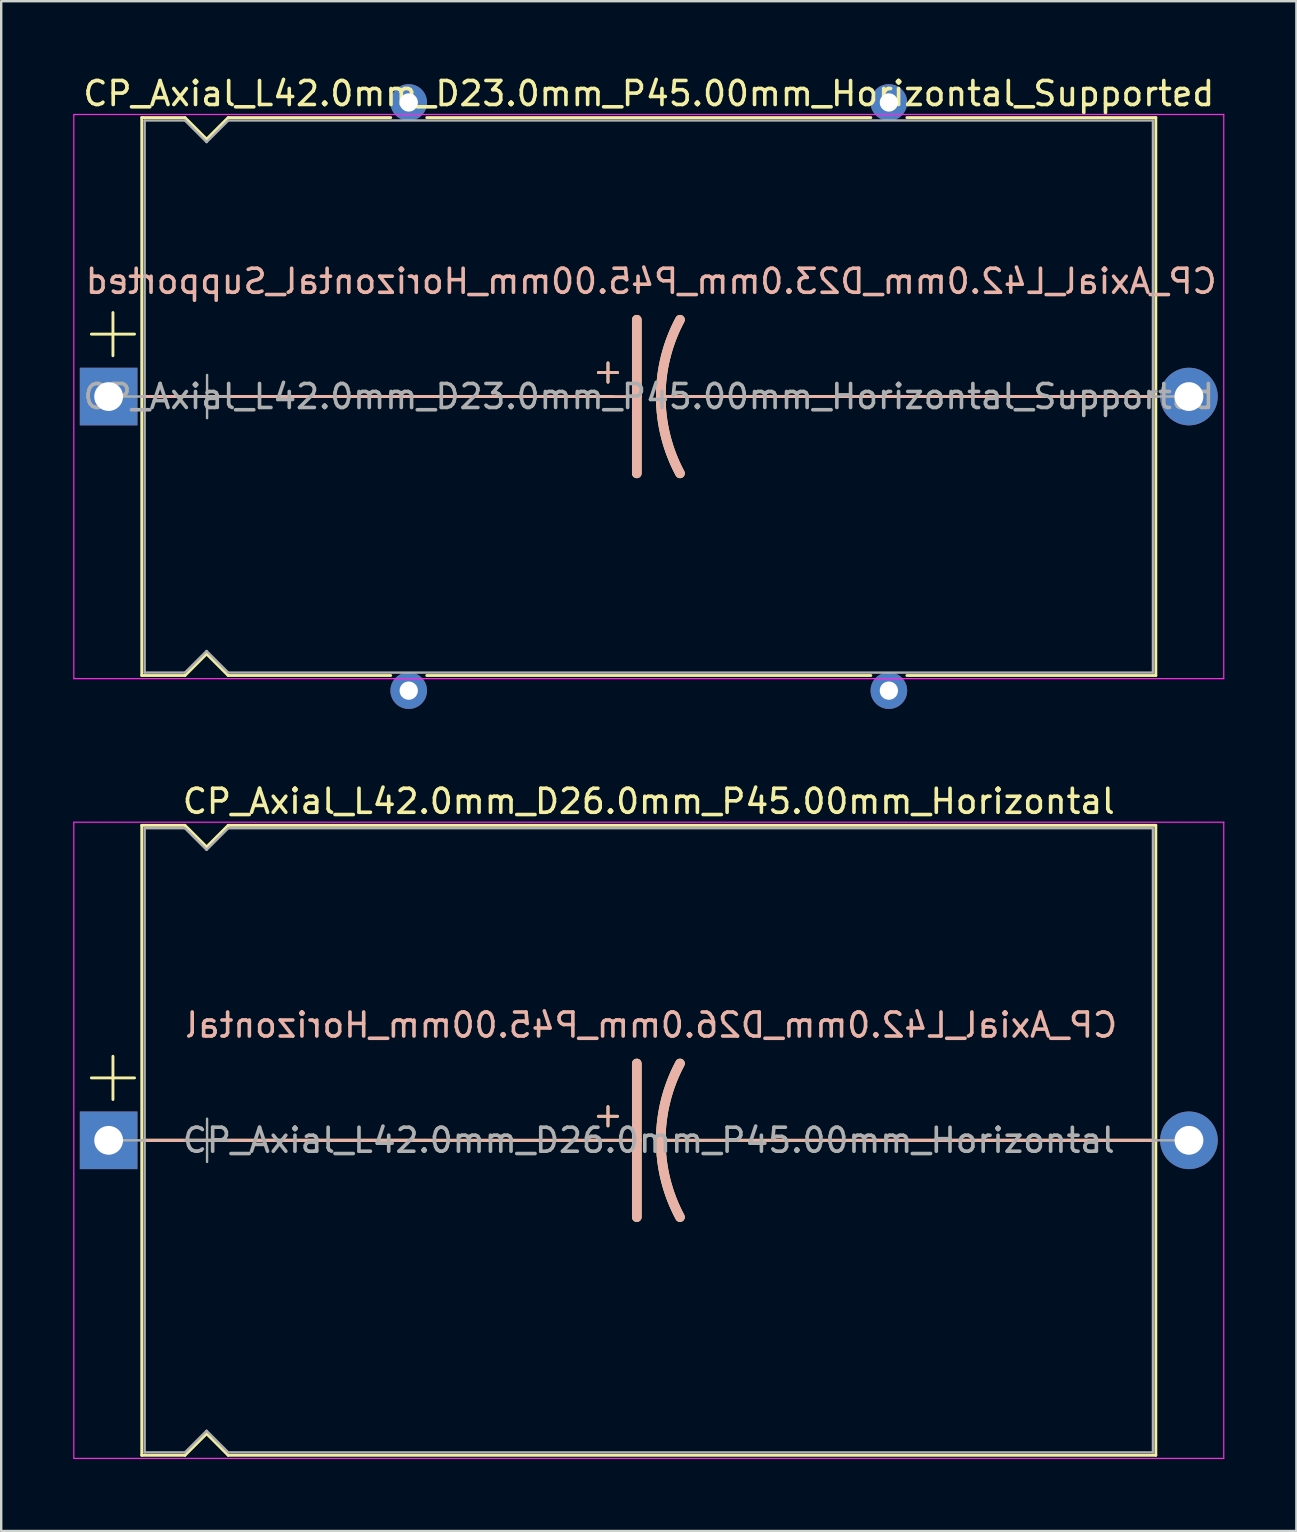
<source format=kicad_pcb>
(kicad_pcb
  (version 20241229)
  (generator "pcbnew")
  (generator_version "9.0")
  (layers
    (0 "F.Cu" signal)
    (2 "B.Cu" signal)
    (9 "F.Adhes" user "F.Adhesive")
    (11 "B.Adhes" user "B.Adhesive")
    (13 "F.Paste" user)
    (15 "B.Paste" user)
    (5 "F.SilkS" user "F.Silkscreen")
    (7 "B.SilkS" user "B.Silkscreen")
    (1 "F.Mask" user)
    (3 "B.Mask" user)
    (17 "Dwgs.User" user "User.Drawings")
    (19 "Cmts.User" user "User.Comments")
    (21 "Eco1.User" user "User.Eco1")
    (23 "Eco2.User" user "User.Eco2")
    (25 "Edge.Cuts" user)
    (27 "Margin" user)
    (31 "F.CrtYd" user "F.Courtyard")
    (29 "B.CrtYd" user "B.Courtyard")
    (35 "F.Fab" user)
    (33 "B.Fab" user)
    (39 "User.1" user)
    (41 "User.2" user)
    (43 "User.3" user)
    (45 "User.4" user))
  (footprint "CP_Axial_L42.0mm_D23.0mm_P45.00mm_Horizontal_Supported"
    (layer "F.Cu")
    (at 1.475 13.468)
    (property "Reference" "CP_Axial_L42.0mm_D23.0mm_P45.00mm_Horizontal_Supported" (at 22.5 -12.62 0) (layer "F.SilkS") (effects (font (size 1 1) (thickness 0.15))))
    (fp_line (start -0.72 -2.6) (end 1.08 -2.6) (stroke (width 0.12) (type solid)) (layer "F.SilkS"))
    (fp_line (start 0.18 -3.5) (end 0.18 -1.7) (stroke (width 0.12) (type solid)) (layer "F.SilkS"))
    (fp_line (start 1.38 -11.62) (end 1.38 11.62) (stroke (width 0.12) (type solid)) (layer "F.SilkS"))
    (fp_line (start 1.38 -11.62) (end 3.18 -11.62) (stroke (width 0.12) (type solid)) (layer "F.SilkS"))
    (fp_line (start 1.38 0) (end 21 0) (stroke (width 0.12) (type solid)) (layer "F.SilkS"))
    (fp_line (start 1.38 11.62) (end 3.18 11.62) (stroke (width 0.12) (type solid)) (layer "F.SilkS"))
    (fp_line (start 3.18 -11.62) (end 4.08 -10.72) (stroke (width 0.12) (type solid)) (layer "F.SilkS"))
    (fp_line (start 3.18 11.62) (end 4.08 10.72) (stroke (width 0.12) (type solid)) (layer "F.SilkS"))
    (fp_line (start 4.08 -10.72) (end 4.98 -11.62) (stroke (width 0.12) (type solid)) (layer "F.SilkS"))
    (fp_line (start 4.08 10.72) (end 4.98 11.62) (stroke (width 0.12) (type solid)) (layer "F.SilkS"))
    (fp_line (start 4.98 -11.62) (end 11.75 -11.62) (stroke (width 0.12) (type solid)) (layer "F.SilkS"))
    (fp_line (start 4.98 11.62) (end 11.75 11.62) (stroke (width 0.12) (type solid)) (layer "F.SilkS"))
    (fp_line (start 13.25 -11.62) (end 31.75 -11.62) (stroke (width 0.12) (type solid)) (layer "F.SilkS"))
    (fp_line (start 13.25 11.62) (end 31.75 11.62) (stroke (width 0.12) (type solid)) (layer "F.SilkS"))
    (fp_line (start 20.4 -1) (end 21.2 -1) (stroke (width 0.12) (type solid)) (layer "F.SilkS"))
    (fp_line (start 20.8 -1.4) (end 20.8 -0.6) (stroke (width 0.12) (type solid)) (layer "F.SilkS"))
    (fp_line (start 22 0) (end 22 -3.2) (stroke (width 0.4) (type solid)) (layer "F.SilkS"))
    (fp_line (start 22 0) (end 22 3.2) (stroke (width 0.4) (type solid)) (layer "F.SilkS"))
    (fp_line (start 33.25 -11.62) (end 43.62 -11.62) (stroke (width 0.12) (type solid)) (layer "F.SilkS"))
    (fp_line (start 33.25 11.62) (end 43.62 11.62) (stroke (width 0.12) (type solid)) (layer "F.SilkS"))
    (fp_line (start 43.62 -11.62) (end 43.62 11.62) (stroke (width 0.12) (type solid)) (layer "F.SilkS"))
    (fp_line (start 43.62 0) (end 23 0) (stroke (width 0.12) (type solid)) (layer "F.SilkS"))
    (fp_arc (start 23 0) (mid 23.203545 -1.649114) (end 23.8 -3.2) (stroke (width 0.4) (type solid)) (layer "F.SilkS"))
    (fp_arc (start 23.8 3.2) (mid 23.200704 1.649824) (end 23 0) (stroke (width 0.4) (type solid)) (layer "F.SilkS"))
    (fp_line (start 1.4 0) (end 13.38 0) (stroke (width 0.12) (type solid)) (layer "B.SilkS"))
    (fp_line (start 2.38 0) (end 22 0) (stroke (width 0.12) (type solid)) (layer "B.SilkS"))
    (fp_line (start 20.4 -1) (end 21.2 -1) (stroke (width 0.12) (type solid)) (layer "B.SilkS"))
    (fp_line (start 20.8 -0.6) (end 20.8 -1.4) (stroke (width 0.12) (type solid)) (layer "B.SilkS"))
    (fp_line (start 22 0) (end 22 -3.2) (stroke (width 0.4) (type solid)) (layer "B.SilkS"))
    (fp_line (start 22 0) (end 22 3.2) (stroke (width 0.4) (type solid)) (layer "B.SilkS"))
    (fp_line (start 42.62 0) (end 23 0) (stroke (width 0.12) (type solid)) (layer "B.SilkS"))
    (fp_line (start 43.6 0) (end 31.62 0) (stroke (width 0.12) (type solid)) (layer "B.SilkS"))
    (fp_arc (start 23 0) (mid 23.200703 -1.649824) (end 23.8 -3.2) (stroke (width 0.4) (type solid)) (layer "B.SilkS"))
    (fp_arc (start 23.8 3.2) (mid 23.203544 1.649114) (end 23 0) (stroke (width 0.4) (type solid)) (layer "B.SilkS"))
    (fp_line (start -1.45 -11.75) (end -1.45 11.75) (stroke (width 0.05) (type solid)) (layer "F.CrtYd"))
    (fp_line (start -1.45 11.75) (end 46.45 11.75) (stroke (width 0.05) (type solid)) (layer "F.CrtYd"))
    (fp_line (start 46.45 -11.75) (end -1.45 -11.75) (stroke (width 0.05) (type solid)) (layer "F.CrtYd"))
    (fp_line (start 46.45 11.75) (end 46.45 -11.75) (stroke (width 0.05) (type solid)) (layer "F.CrtYd"))
    (fp_line (start 0 0) (end 1.5 0) (stroke (width 0.1) (type solid)) (layer "F.Fab"))
    (fp_line (start 1.5 -11.5) (end 1.5 11.5) (stroke (width 0.1) (type solid)) (layer "F.Fab"))
    (fp_line (start 1.5 -11.5) (end 3.18 -11.5) (stroke (width 0.1) (type solid)) (layer "F.Fab"))
    (fp_line (start 1.5 11.5) (end 3.18 11.5) (stroke (width 0.1) (type solid)) (layer "F.Fab"))
    (fp_line (start 3.18 -11.5) (end 4.08 -10.6) (stroke (width 0.1) (type solid)) (layer "F.Fab"))
    (fp_line (start 3.18 11.5) (end 4.08 10.6) (stroke (width 0.1) (type solid)) (layer "F.Fab"))
    (fp_line (start 3.2 0) (end 5 0) (stroke (width 0.1) (type solid)) (layer "F.Fab"))
    (fp_line (start 4.08 -10.6) (end 4.98 -11.5) (stroke (width 0.1) (type solid)) (layer "F.Fab"))
    (fp_line (start 4.08 10.6) (end 4.98 11.5) (stroke (width 0.1) (type solid)) (layer "F.Fab"))
    (fp_line (start 4.1 -0.9) (end 4.1 0.9) (stroke (width 0.1) (type solid)) (layer "F.Fab"))
    (fp_line (start 4.98 -11.5) (end 43.5 -11.5) (stroke (width 0.1) (type solid)) (layer "F.Fab"))
    (fp_line (start 4.98 11.5) (end 43.5 11.5) (stroke (width 0.1) (type solid)) (layer "F.Fab"))
    (fp_line (start 43.5 -11.5) (end 43.5 11.5) (stroke (width 0.1) (type solid)) (layer "F.Fab"))
    (fp_line (start 45 0) (end 43.5 0) (stroke (width 0.1) (type solid)) (layer "F.Fab"))
    (fp_text user "${REFERENCE}" (at 22.6 -4.8 0) (layer "B.SilkS") (effects (font (size 1 1) (thickness 0.15)) (justify mirror)))
    (fp_text user "${REFERENCE}" (at 22.5 0 0) (layer "F.Fab") (effects (font (size 1 1) (thickness 0.15))))
    (pad "" thru_hole circle (at 12.5 -12.25) (size 1.524 1.524) (drill 0.762) (layers "*.Cu" "*.Mask"))
    (pad "" thru_hole circle (at 12.5 12.25) (size 1.524 1.524) (drill 0.762) (layers "*.Cu" "*.Mask"))
    (pad "" thru_hole circle (at 32.5 -12.25) (size 1.524 1.524) (drill 0.762) (layers "*.Cu" "*.Mask"))
    (pad "" thru_hole circle (at 32.5 12.25) (size 1.524 1.524) (drill 0.762) (layers "*.Cu" "*.Mask"))
    (pad "1" thru_hole rect (at 0 0) (size 2.4 2.4) (drill 1.2) (layers "*.Cu" "*.Mask"))
    (pad "2" thru_hole oval (at 45 0) (size 2.4 2.4) (drill 1.2) (layers "*.Cu" "*.Mask")))
  (footprint "CP_Axial_L42.0mm_D26.0mm_P45.00mm_Horizontal"
    (layer "F.Cu")
    (at 1.475 44.449)
    (property "Reference" "CP_Axial_L42.0mm_D26.0mm_P45.00mm_Horizontal" (at 22.5 -14.12 0) (layer "F.SilkS") (effects (font (size 1 1) (thickness 0.15))))
    (fp_line (start -0.72 -2.6) (end 1.08 -2.6) (stroke (width 0.12) (type solid)) (layer "F.SilkS"))
    (fp_line (start 0.18 -3.5) (end 0.18 -1.7) (stroke (width 0.12) (type solid)) (layer "F.SilkS"))
    (fp_line (start 1.38 -13.12) (end 1.38 13.12) (stroke (width 0.12) (type solid)) (layer "F.SilkS"))
    (fp_line (start 1.38 -13.12) (end 3.18 -13.12) (stroke (width 0.12) (type solid)) (layer "F.SilkS"))
    (fp_line (start 1.38 0) (end 22 0) (stroke (width 0.12) (type solid)) (layer "F.SilkS"))
    (fp_line (start 1.38 13.12) (end 3.18 13.12) (stroke (width 0.12) (type solid)) (layer "F.SilkS"))
    (fp_line (start 3.18 -13.12) (end 4.08 -12.22) (stroke (width 0.12) (type solid)) (layer "F.SilkS"))
    (fp_line (start 3.18 13.12) (end 4.08 12.22) (stroke (width 0.12) (type solid)) (layer "F.SilkS"))
    (fp_line (start 4.08 -12.22) (end 4.98 -13.12) (stroke (width 0.12) (type solid)) (layer "F.SilkS"))
    (fp_line (start 4.08 12.22) (end 4.98 13.12) (stroke (width 0.12) (type solid)) (layer "F.SilkS"))
    (fp_line (start 4.98 -13.12) (end 43.62 -13.12) (stroke (width 0.12) (type solid)) (layer "F.SilkS"))
    (fp_line (start 4.98 13.12) (end 43.62 13.12) (stroke (width 0.12) (type solid)) (layer "F.SilkS"))
    (fp_line (start 20.4 -1) (end 21.2 -1) (stroke (width 0.12) (type solid)) (layer "F.SilkS"))
    (fp_line (start 20.8 -1.4) (end 20.8 -0.6) (stroke (width 0.12) (type solid)) (layer "F.SilkS"))
    (fp_line (start 22 0) (end 22 -3.2) (stroke (width 0.4) (type solid)) (layer "F.SilkS"))
    (fp_line (start 22 0) (end 22 3.2) (stroke (width 0.4) (type solid)) (layer "F.SilkS"))
    (fp_line (start 43.62 -13.12) (end 43.62 13.12) (stroke (width 0.12) (type solid)) (layer "F.SilkS"))
    (fp_line (start 43.62 0) (end 23 0) (stroke (width 0.12) (type solid)) (layer "F.SilkS"))
    (fp_arc (start 23 0) (mid 23.203545 -1.649114) (end 23.8 -3.2) (stroke (width 0.4) (type solid)) (layer "F.SilkS"))
    (fp_arc (start 23.8 3.2) (mid 23.200704 1.649824) (end 23 0) (stroke (width 0.4) (type solid)) (layer "F.SilkS"))
    (fp_line (start 1.38 0) (end 22 0) (stroke (width 0.12) (type solid)) (layer "B.SilkS"))
    (fp_line (start 1.4 0) (end 13.38 0) (stroke (width 0.12) (type solid)) (layer "B.SilkS"))
    (fp_line (start 20.4 -1) (end 21.2 -1) (stroke (width 0.12) (type solid)) (layer "B.SilkS"))
    (fp_line (start 20.8 -0.6) (end 20.8 -1.4) (stroke (width 0.12) (type solid)) (layer "B.SilkS"))
    (fp_line (start 22 0) (end 22 -3.2) (stroke (width 0.4) (type solid)) (layer "B.SilkS"))
    (fp_line (start 22 0) (end 22 3.2) (stroke (width 0.4) (type solid)) (layer "B.SilkS"))
    (fp_line (start 43.6 0) (end 31.62 0) (stroke (width 0.12) (type solid)) (layer "B.SilkS"))
    (fp_line (start 43.62 0) (end 23 0) (stroke (width 0.12) (type solid)) (layer "B.SilkS"))
    (fp_arc (start 23 0) (mid 23.200703 -1.649824) (end 23.8 -3.2) (stroke (width 0.4) (type solid)) (layer "B.SilkS"))
    (fp_arc (start 23.8 3.2) (mid 23.203544 1.649114) (end 23 0) (stroke (width 0.4) (type solid)) (layer "B.SilkS"))
    (fp_line (start -1.45 -13.25) (end -1.45 13.25) (stroke (width 0.05) (type solid)) (layer "F.CrtYd"))
    (fp_line (start -1.45 13.25) (end 46.45 13.25) (stroke (width 0.05) (type solid)) (layer "F.CrtYd"))
    (fp_line (start 46.45 -13.25) (end -1.45 -13.25) (stroke (width 0.05) (type solid)) (layer "F.CrtYd"))
    (fp_line (start 46.45 13.25) (end 46.45 -13.25) (stroke (width 0.05) (type solid)) (layer "F.CrtYd"))
    (fp_line (start 0 0) (end 1.5 0) (stroke (width 0.1) (type solid)) (layer "F.Fab"))
    (fp_line (start 1.5 -13) (end 1.5 13) (stroke (width 0.1) (type solid)) (layer "F.Fab"))
    (fp_line (start 1.5 -13) (end 3.18 -13) (stroke (width 0.1) (type solid)) (layer "F.Fab"))
    (fp_line (start 1.5 13) (end 3.18 13) (stroke (width 0.1) (type solid)) (layer "F.Fab"))
    (fp_line (start 3.18 -13) (end 4.08 -12.1) (stroke (width 0.1) (type solid)) (layer "F.Fab"))
    (fp_line (start 3.18 13) (end 4.08 12.1) (stroke (width 0.1) (type solid)) (layer "F.Fab"))
    (fp_line (start 3.2 0) (end 5 0) (stroke (width 0.1) (type solid)) (layer "F.Fab"))
    (fp_line (start 4.08 -12.1) (end 4.98 -13) (stroke (width 0.1) (type solid)) (layer "F.Fab"))
    (fp_line (start 4.08 12.1) (end 4.98 13) (stroke (width 0.1) (type solid)) (layer "F.Fab"))
    (fp_line (start 4.1 -0.9) (end 4.1 0.9) (stroke (width 0.1) (type solid)) (layer "F.Fab"))
    (fp_line (start 4.98 -13) (end 43.5 -13) (stroke (width 0.1) (type solid)) (layer "F.Fab"))
    (fp_line (start 4.98 13) (end 43.5 13) (stroke (width 0.1) (type solid)) (layer "F.Fab"))
    (fp_line (start 43.5 -13) (end 43.5 13) (stroke (width 0.1) (type solid)) (layer "F.Fab"))
    (fp_line (start 45 0) (end 43.5 0) (stroke (width 0.1) (type solid)) (layer "F.Fab"))
    (fp_text user "${REFERENCE}" (at 22.6 -4.8 0) (layer "B.SilkS") (effects (font (size 1 1) (thickness 0.15)) (justify mirror)))
    (fp_text user "${REFERENCE}" (at 22.5 0 0) (layer "F.Fab") (effects (font (size 1 1) (thickness 0.15))))
    (pad "1" thru_hole rect (at 0 0) (size 2.4 2.4) (drill 1.2) (layers "*.Cu" "*.Mask"))
    (pad "2" thru_hole oval (at 45 0) (size 2.4 2.4) (drill 1.2) (layers "*.Cu" "*.Mask")))
  (gr_rect
    (start -3 -3)
    (end 50.95 60.724)
    (stroke (width 0.1) (type default))
    (fill no)
    (layer "Edge.Cuts")))
</source>
